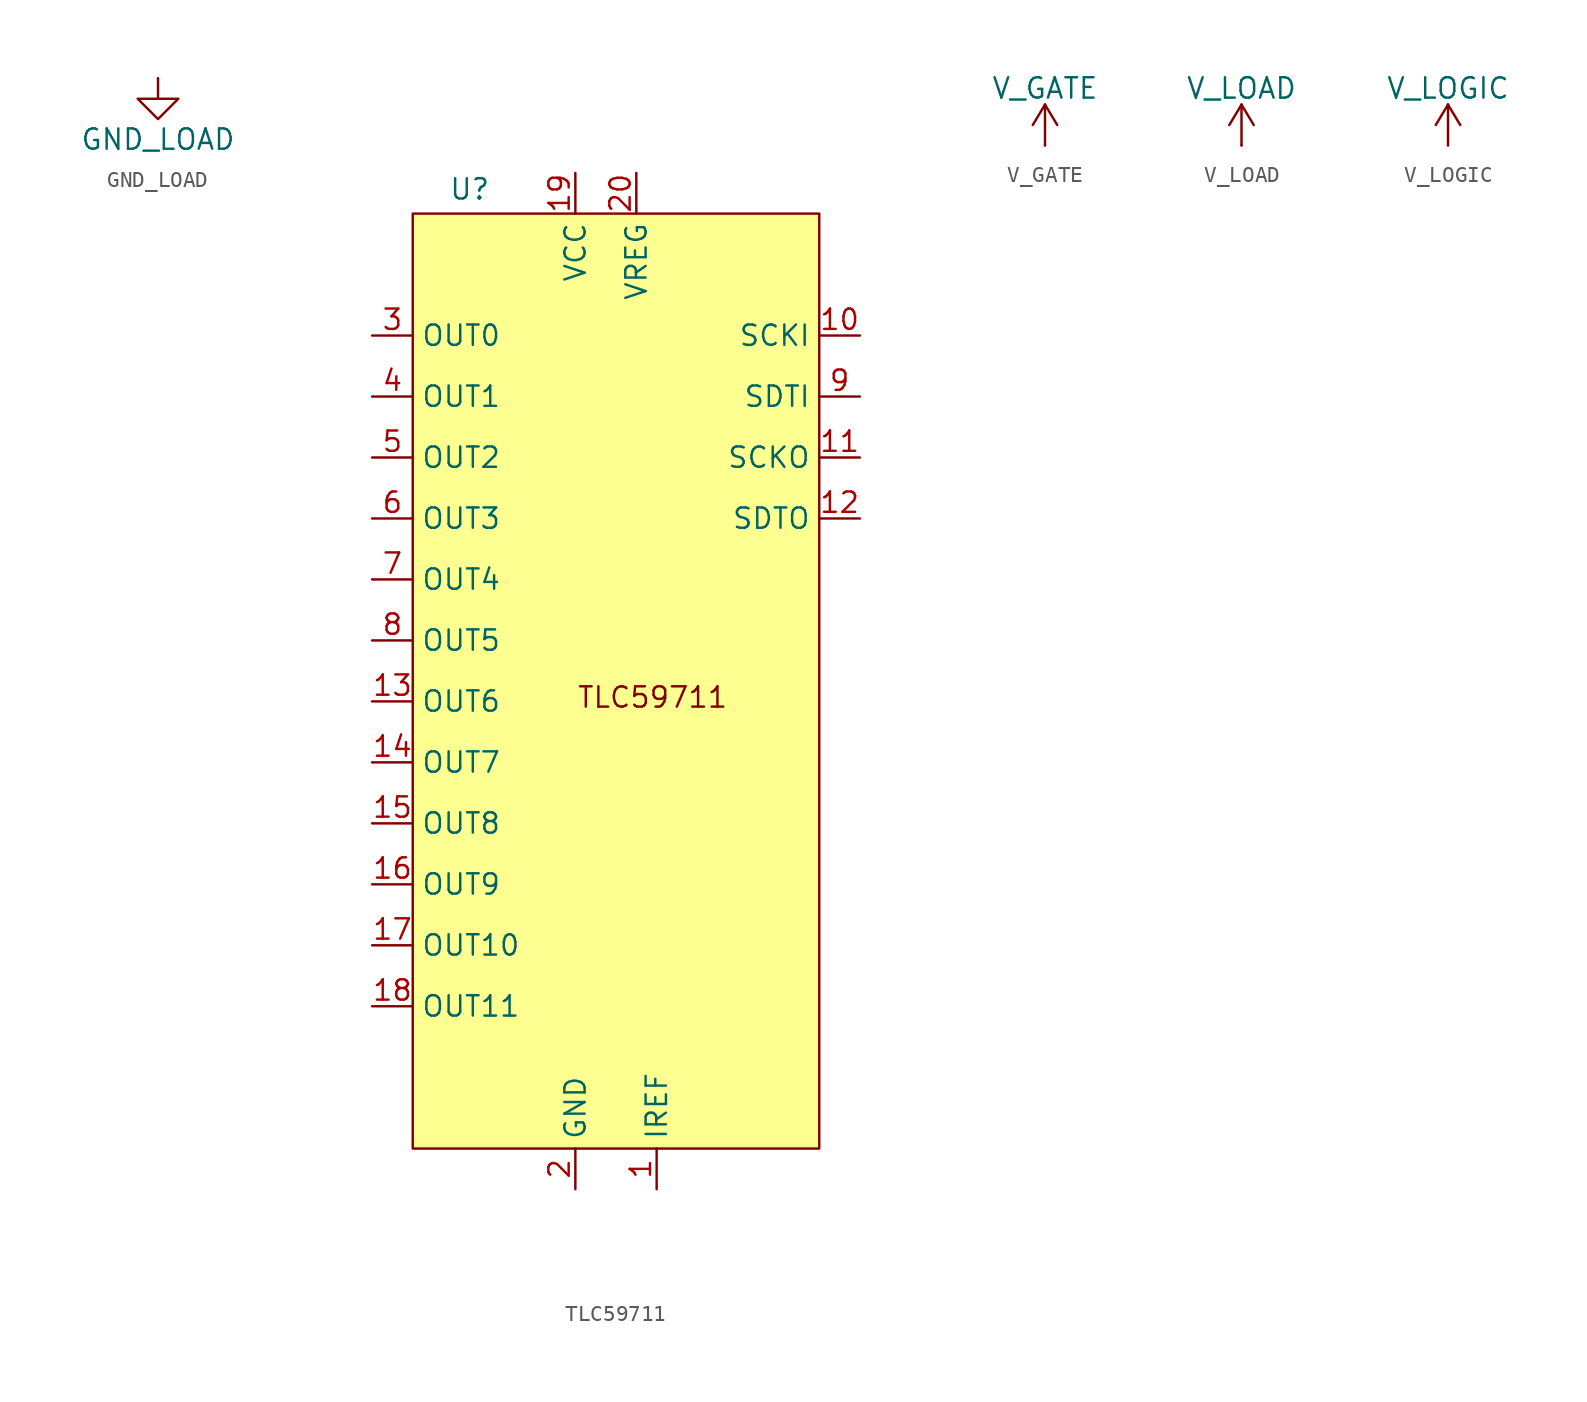
<source format=kicad_sym>
(kicad_symbol_lib
  (version 20241209)
  (generator "kicad_symbol_editor")
  (generator_version "9.0")
  (symbol "GND_LOAD"
    (power)
    (pin_numbers
      (hide yes))
    (pin_names
      (offset 0)
      (hide yes))
    (property "Reference" "#PWR"
      (at 0 -6.35 0)
      (effects (font (size 1.27 1.27)) (hide yes)))
    (property "Value" "GND_LOAD"
      (at 0 -3.81 0)
      (effects (font (size 1.27 1.27))))
    (symbol "GND_LOAD_0_1"
      (polyline (pts (xy 0 0) (xy 0 -1.27) (xy 1.27 -1.27) (xy 0 -2.54) (xy -1.27 -1.27) (xy 0 -1.27)) (stroke (width 0) (type default)) (fill (type none))))
    (symbol "GND_LOAD_1_1"
      (pin power_in line (at 0 0 270) (length 0) (name "~" (effects (font (size 1.27 1.27)))) (number "1" (effects (font (size 1.27 1.27)))))))
  (symbol "TLC59711"
    (property "Reference" "U"
      (at -1.524 -1.016 0)
      (effects (font (size 1.27 1.27))))
    (property "Value" ""
      (at 0 0 0)
      (effects (font (size 1.27 1.27))))
    (symbol "TLC59711_0_1"
      (rectangle (start -5.08 -2.54) (end 20.32 -60.96) (stroke (width 0) (type default)) (fill (type color) (color 253 255 76 0.61))))
    (symbol "TLC59711_1_1"
      (text "TLC59711" (at 9.906 -32.766 0) (effects (font (size 1.27 1.27))))
      (pin output line (at -7.62 -10.16 0) (length 2.54) (name "OUT0" (effects (font (size 1.27 1.27)))) (number "3" (effects (font (size 1.27 1.27)))))
      (pin output line (at -7.62 -13.97 0) (length 2.54) (name "OUT1" (effects (font (size 1.27 1.27)))) (number "4" (effects (font (size 1.27 1.27)))))
      (pin output line (at -7.62 -17.78 0) (length 2.54) (name "OUT2" (effects (font (size 1.27 1.27)))) (number "5" (effects (font (size 1.27 1.27)))))
      (pin output line (at -7.62 -21.59 0) (length 2.54) (name "OUT3" (effects (font (size 1.27 1.27)))) (number "6" (effects (font (size 1.27 1.27)))))
      (pin output line (at -7.62 -25.4 0) (length 2.54) (name "OUT4" (effects (font (size 1.27 1.27)))) (number "7" (effects (font (size 1.27 1.27)))))
      (pin output line (at -7.62 -29.21 0) (length 2.54) (name "OUT5" (effects (font (size 1.27 1.27)))) (number "8" (effects (font (size 1.27 1.27)))))
      (pin output line (at -7.62 -33.02 0) (length 2.54) (name "OUT6" (effects (font (size 1.27 1.27)))) (number "13" (effects (font (size 1.27 1.27)))))
      (pin output line (at -7.62 -36.83 0) (length 2.54) (name "OUT7" (effects (font (size 1.27 1.27)))) (number "14" (effects (font (size 1.27 1.27)))))
      (pin output line (at -7.62 -40.64 0) (length 2.54) (name "OUT8" (effects (font (size 1.27 1.27)))) (number "15" (effects (font (size 1.27 1.27)))))
      (pin output line (at -7.62 -44.45 0) (length 2.54) (name "OUT9" (effects (font (size 1.27 1.27)))) (number "16" (effects (font (size 1.27 1.27)))))
      (pin output line (at -7.62 -48.26 0) (length 2.54) (name "OUT10" (effects (font (size 1.27 1.27)))) (number "17" (effects (font (size 1.27 1.27)))))
      (pin output line (at -7.62 -52.07 0) (length 2.54) (name "OUT11" (effects (font (size 1.27 1.27)))) (number "18" (effects (font (size 1.27 1.27)))))
      (pin power_in line (at 5.08 0 270) (length 2.54) (name "VCC" (effects (font (size 1.27 1.27)))) (number "19" (effects (font (size 1.27 1.27)))))
      (pin power_in line (at 5.08 -63.5 90) (length 2.54) (name "GND" (effects (font (size 1.27 1.27)))) (number "2" (effects (font (size 1.27 1.27)))))
      (pin power_in line (at 8.89 0 270) (length 2.54) (name "VREG" (effects (font (size 1.27 1.27)))) (number "20" (effects (font (size 1.27 1.27)))))
      (pin input line (at 10.16 -63.5 90) (length 2.54) (name "IREF" (effects (font (size 1.27 1.27)))) (number "1" (effects (font (size 1.27 1.27)))))
      (pin input line (at 22.86 -10.16 180) (length 2.54) (name "SCKI" (effects (font (size 1.27 1.27)))) (number "10" (effects (font (size 1.27 1.27)))))
      (pin input line (at 22.86 -13.97 180) (length 2.54) (name "SDTI" (effects (font (size 1.27 1.27)))) (number "9" (effects (font (size 1.27 1.27)))))
      (pin output line (at 22.86 -17.78 180) (length 2.54) (name "SCKO" (effects (font (size 1.27 1.27)))) (number "11" (effects (font (size 1.27 1.27)))))
      (pin output line (at 22.86 -21.59 180) (length 2.54) (name "SDTO" (effects (font (size 1.27 1.27)))) (number "12" (effects (font (size 1.27 1.27)))))))
  (symbol "V_GATE"
    (power)
    (pin_numbers
      (hide yes))
    (pin_names
      (offset 0)
      (hide yes))
    (property "Reference" "#PWR"
      (at 0 -3.81 0)
      (effects (font (size 1.27 1.27)) (hide yes)))
    (property "Value" "V_GATE"
      (at 0 3.556 0)
      (effects (font (size 1.27 1.27))))
    (symbol "V_GATE_0_1"
      (polyline (pts (xy -0.762 1.27) (xy 0 2.54)) (stroke (width 0) (type default)) (fill (type none)))
      (polyline (pts (xy 0 2.54) (xy 0.762 1.27)) (stroke (width 0) (type default)) (fill (type none)))
      (polyline (pts (xy 0 0) (xy 0 2.54)) (stroke (width 0) (type default)) (fill (type none))))
    (symbol "V_GATE_1_1"
      (pin power_in line (at 0 0 90) (length 0) (name "~" (effects (font (size 1.27 1.27)))) (number "1" (effects (font (size 1.27 1.27)))))))
  (symbol "V_LOAD"
    (power)
    (pin_numbers
      (hide yes))
    (pin_names
      (offset 0)
      (hide yes))
    (property "Reference" "#PWR"
      (at 0 -3.81 0)
      (effects (font (size 1.27 1.27)) (hide yes)))
    (property "Value" "V_LOAD"
      (at 0 3.556 0)
      (effects (font (size 1.27 1.27))))
    (symbol "V_LOAD_0_1"
      (polyline (pts (xy -0.762 1.27) (xy 0 2.54)) (stroke (width 0) (type default)) (fill (type none)))
      (polyline (pts (xy 0 2.54) (xy 0.762 1.27)) (stroke (width 0) (type default)) (fill (type none)))
      (polyline (pts (xy 0 0) (xy 0 2.54)) (stroke (width 0) (type default)) (fill (type none))))
    (symbol "V_LOAD_1_1"
      (pin power_in line (at 0 0 90) (length 0) (name "~" (effects (font (size 1.27 1.27)))) (number "1" (effects (font (size 1.27 1.27)))))))
  (symbol "V_LOGIC"
    (power)
    (pin_numbers
      (hide yes))
    (pin_names
      (offset 0)
      (hide yes))
    (property "Reference" "#PWR"
      (at 0 -3.81 0)
      (effects (font (size 1.27 1.27)) (hide yes)))
    (property "Value" "V_LOGIC"
      (at 0 3.556 0)
      (effects (font (size 1.27 1.27))))
    (symbol "V_LOGIC_0_1"
      (polyline (pts (xy -0.762 1.27) (xy 0 2.54)) (stroke (width 0) (type default)) (fill (type none)))
      (polyline (pts (xy 0 2.54) (xy 0.762 1.27)) (stroke (width 0) (type default)) (fill (type none)))
      (polyline (pts (xy 0 0) (xy 0 2.54)) (stroke (width 0) (type default)) (fill (type none))))
    (symbol "V_LOGIC_1_1"
      (pin power_in line (at 0 0 90) (length 0) (name "~" (effects (font (size 1.27 1.27)))) (number "1" (effects (font (size 1.27 1.27))))))))
</source>
